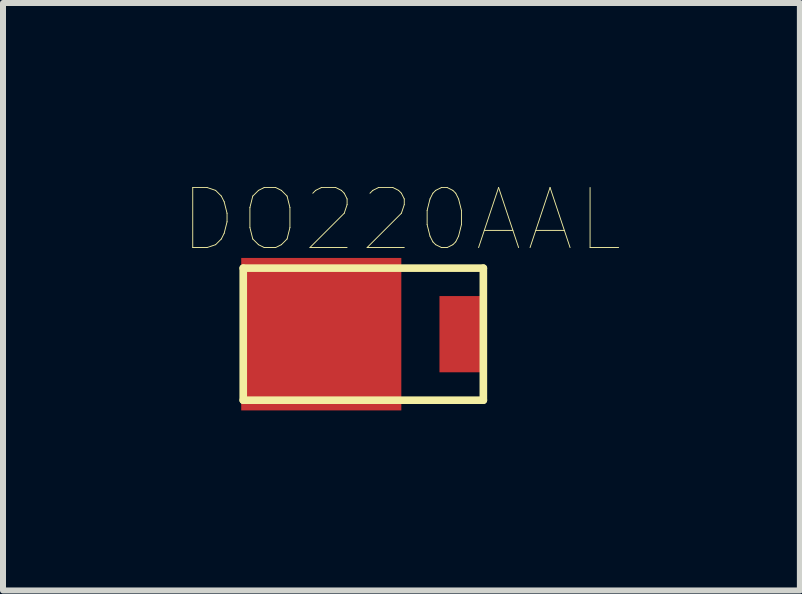
<source format=kicad_pcb>
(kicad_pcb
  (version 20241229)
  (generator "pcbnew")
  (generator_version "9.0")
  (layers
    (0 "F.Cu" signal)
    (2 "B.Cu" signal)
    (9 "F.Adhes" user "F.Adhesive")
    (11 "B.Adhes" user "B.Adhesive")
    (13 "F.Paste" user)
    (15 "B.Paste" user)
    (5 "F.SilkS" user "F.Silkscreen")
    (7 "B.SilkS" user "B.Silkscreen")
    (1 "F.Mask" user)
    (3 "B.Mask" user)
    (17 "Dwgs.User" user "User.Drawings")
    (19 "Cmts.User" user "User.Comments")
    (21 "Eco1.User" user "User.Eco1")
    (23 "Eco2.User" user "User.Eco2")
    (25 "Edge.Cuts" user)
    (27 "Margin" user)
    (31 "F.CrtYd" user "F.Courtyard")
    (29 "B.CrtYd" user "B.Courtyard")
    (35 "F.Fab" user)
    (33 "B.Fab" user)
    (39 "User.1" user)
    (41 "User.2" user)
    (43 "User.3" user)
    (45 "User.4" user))
  (footprint "DO220AAL"
    (layer "F.Cu")
    (at 3.002 2.517)
    (property "Reference" "DO220AAL" (at 0.635 -1.905 0) (layer "F.SilkS") (effects (font (size 1 1) (thickness 0.015))))
    (attr through_hole)
    (fp_line (start -2 -1.1) (end -2 1.1) (stroke (width 0.127) (type solid)) (layer "F.SilkS"))
    (fp_line (start -2 1.1) (end 2 1.1) (stroke (width 0.127) (type solid)) (layer "F.SilkS"))
    (fp_line (start 2 -1.1) (end -2 -1.1) (stroke (width 0.127) (type solid)) (layer "F.SilkS"))
    (fp_line (start 2 1.1) (end 2 -1.1) (stroke (width 0.127) (type solid)) (layer "F.SilkS"))
    (pad "P$1" smd rect (at -0.7 0) (size 2.667 2.54) (layers "F.Cu" "F.Mask" "F.Paste"))
    (pad "P$2" smd rect (at 1.65 0) (size 0.762 1.27) (layers "F.Cu" "F.Mask" "F.Paste")))
  (gr_rect
    (start -3 -3)
    (end 10.275 6.787)
    (stroke (width 0.1) (type default))
    (fill no)
    (layer "Edge.Cuts")))
</source>
